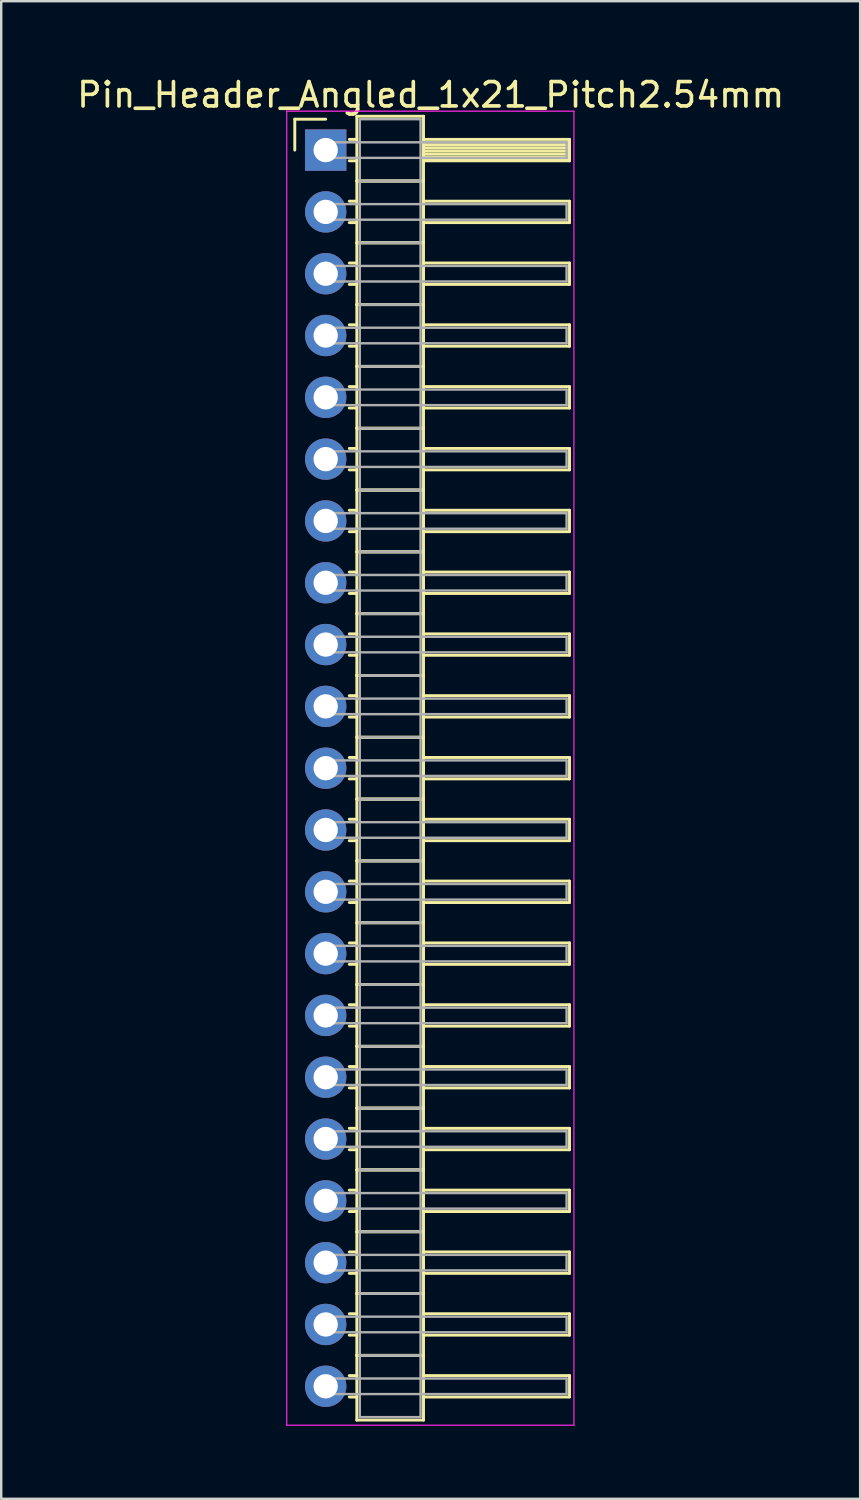
<source format=kicad_pcb>
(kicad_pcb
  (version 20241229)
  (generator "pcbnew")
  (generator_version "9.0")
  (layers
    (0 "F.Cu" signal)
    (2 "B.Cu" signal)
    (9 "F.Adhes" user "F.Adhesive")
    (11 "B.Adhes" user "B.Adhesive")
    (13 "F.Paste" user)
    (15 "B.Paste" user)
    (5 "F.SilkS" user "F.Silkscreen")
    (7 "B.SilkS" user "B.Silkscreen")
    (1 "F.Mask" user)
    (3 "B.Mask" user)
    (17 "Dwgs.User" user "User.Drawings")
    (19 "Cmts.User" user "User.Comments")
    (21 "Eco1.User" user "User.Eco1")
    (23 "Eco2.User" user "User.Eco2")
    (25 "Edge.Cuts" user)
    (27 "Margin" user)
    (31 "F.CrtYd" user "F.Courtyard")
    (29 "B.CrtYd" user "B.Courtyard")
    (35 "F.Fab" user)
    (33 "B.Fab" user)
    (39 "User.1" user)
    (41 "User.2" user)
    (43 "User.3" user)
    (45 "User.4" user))
  (footprint "Pin_Header_Angled_1x21_Pitch2.54mm"
    (layer "F.Cu")
    (at 10.334 3.118)
    (property "Reference" "Pin_Header_Angled_1x21_Pitch2.54mm" (at 4.315 -2.27 0) (layer "F.SilkS") (effects (font (size 1 1) (thickness 0.15))))
    (attr through_hole)
    (fp_line (start -1.27 -1.27) (end 0 -1.27) (stroke (width 0.12) (type solid)) (layer "F.SilkS"))
    (fp_line (start -1.27 0) (end -1.27 -1.27) (stroke (width 0.12) (type solid)) (layer "F.SilkS"))
    (fp_line (start 0.97 -0.44) (end 1.28 -0.44) (stroke (width 0.12) (type solid)) (layer "F.SilkS"))
    (fp_line (start 0.97 0.44) (end 1.28 0.44) (stroke (width 0.12) (type solid)) (layer "F.SilkS"))
    (fp_line (start 0.97 2.1) (end 1.28 2.1) (stroke (width 0.12) (type solid)) (layer "F.SilkS"))
    (fp_line (start 0.97 2.98) (end 1.28 2.98) (stroke (width 0.12) (type solid)) (layer "F.SilkS"))
    (fp_line (start 0.97 4.64) (end 1.28 4.64) (stroke (width 0.12) (type solid)) (layer "F.SilkS"))
    (fp_line (start 0.97 5.52) (end 1.28 5.52) (stroke (width 0.12) (type solid)) (layer "F.SilkS"))
    (fp_line (start 0.97 7.18) (end 1.28 7.18) (stroke (width 0.12) (type solid)) (layer "F.SilkS"))
    (fp_line (start 0.97 8.06) (end 1.28 8.06) (stroke (width 0.12) (type solid)) (layer "F.SilkS"))
    (fp_line (start 0.97 9.72) (end 1.28 9.72) (stroke (width 0.12) (type solid)) (layer "F.SilkS"))
    (fp_line (start 0.97 10.6) (end 1.28 10.6) (stroke (width 0.12) (type solid)) (layer "F.SilkS"))
    (fp_line (start 0.97 12.26) (end 1.28 12.26) (stroke (width 0.12) (type solid)) (layer "F.SilkS"))
    (fp_line (start 0.97 13.14) (end 1.28 13.14) (stroke (width 0.12) (type solid)) (layer "F.SilkS"))
    (fp_line (start 0.97 14.8) (end 1.28 14.8) (stroke (width 0.12) (type solid)) (layer "F.SilkS"))
    (fp_line (start 0.97 15.68) (end 1.28 15.68) (stroke (width 0.12) (type solid)) (layer "F.SilkS"))
    (fp_line (start 0.97 17.34) (end 1.28 17.34) (stroke (width 0.12) (type solid)) (layer "F.SilkS"))
    (fp_line (start 0.97 18.22) (end 1.28 18.22) (stroke (width 0.12) (type solid)) (layer "F.SilkS"))
    (fp_line (start 0.97 19.88) (end 1.28 19.88) (stroke (width 0.12) (type solid)) (layer "F.SilkS"))
    (fp_line (start 0.97 20.76) (end 1.28 20.76) (stroke (width 0.12) (type solid)) (layer "F.SilkS"))
    (fp_line (start 0.97 22.42) (end 1.28 22.42) (stroke (width 0.12) (type solid)) (layer "F.SilkS"))
    (fp_line (start 0.97 23.3) (end 1.28 23.3) (stroke (width 0.12) (type solid)) (layer "F.SilkS"))
    (fp_line (start 0.97 24.96) (end 1.28 24.96) (stroke (width 0.12) (type solid)) (layer "F.SilkS"))
    (fp_line (start 0.97 25.84) (end 1.28 25.84) (stroke (width 0.12) (type solid)) (layer "F.SilkS"))
    (fp_line (start 0.97 27.5) (end 1.28 27.5) (stroke (width 0.12) (type solid)) (layer "F.SilkS"))
    (fp_line (start 0.97 28.38) (end 1.28 28.38) (stroke (width 0.12) (type solid)) (layer "F.SilkS"))
    (fp_line (start 0.97 30.04) (end 1.28 30.04) (stroke (width 0.12) (type solid)) (layer "F.SilkS"))
    (fp_line (start 0.97 30.92) (end 1.28 30.92) (stroke (width 0.12) (type solid)) (layer "F.SilkS"))
    (fp_line (start 0.97 32.58) (end 1.28 32.58) (stroke (width 0.12) (type solid)) (layer "F.SilkS"))
    (fp_line (start 0.97 33.46) (end 1.28 33.46) (stroke (width 0.12) (type solid)) (layer "F.SilkS"))
    (fp_line (start 0.97 35.12) (end 1.28 35.12) (stroke (width 0.12) (type solid)) (layer "F.SilkS"))
    (fp_line (start 0.97 36) (end 1.28 36) (stroke (width 0.12) (type solid)) (layer "F.SilkS"))
    (fp_line (start 0.97 37.66) (end 1.28 37.66) (stroke (width 0.12) (type solid)) (layer "F.SilkS"))
    (fp_line (start 0.97 38.54) (end 1.28 38.54) (stroke (width 0.12) (type solid)) (layer "F.SilkS"))
    (fp_line (start 0.97 40.2) (end 1.28 40.2) (stroke (width 0.12) (type solid)) (layer "F.SilkS"))
    (fp_line (start 0.97 41.08) (end 1.28 41.08) (stroke (width 0.12) (type solid)) (layer "F.SilkS"))
    (fp_line (start 0.97 42.74) (end 1.28 42.74) (stroke (width 0.12) (type solid)) (layer "F.SilkS"))
    (fp_line (start 0.97 43.62) (end 1.28 43.62) (stroke (width 0.12) (type solid)) (layer "F.SilkS"))
    (fp_line (start 0.97 45.28) (end 1.28 45.28) (stroke (width 0.12) (type solid)) (layer "F.SilkS"))
    (fp_line (start 0.97 46.16) (end 1.28 46.16) (stroke (width 0.12) (type solid)) (layer "F.SilkS"))
    (fp_line (start 0.97 47.82) (end 1.28 47.82) (stroke (width 0.12) (type solid)) (layer "F.SilkS"))
    (fp_line (start 0.97 48.7) (end 1.28 48.7) (stroke (width 0.12) (type solid)) (layer "F.SilkS"))
    (fp_line (start 0.97 50.36) (end 1.28 50.36) (stroke (width 0.12) (type solid)) (layer "F.SilkS"))
    (fp_line (start 0.97 51.24) (end 1.28 51.24) (stroke (width 0.12) (type solid)) (layer "F.SilkS"))
    (fp_line (start 1.28 -1.39) (end 1.28 1.27) (stroke (width 0.12) (type solid)) (layer "F.SilkS"))
    (fp_line (start 1.28 1.27) (end 1.28 3.81) (stroke (width 0.12) (type solid)) (layer "F.SilkS"))
    (fp_line (start 1.28 1.27) (end 4.02 1.27) (stroke (width 0.12) (type solid)) (layer "F.SilkS"))
    (fp_line (start 1.28 3.81) (end 1.28 6.35) (stroke (width 0.12) (type solid)) (layer "F.SilkS"))
    (fp_line (start 1.28 3.81) (end 4.02 3.81) (stroke (width 0.12) (type solid)) (layer "F.SilkS"))
    (fp_line (start 1.28 6.35) (end 1.28 8.89) (stroke (width 0.12) (type solid)) (layer "F.SilkS"))
    (fp_line (start 1.28 6.35) (end 4.02 6.35) (stroke (width 0.12) (type solid)) (layer "F.SilkS"))
    (fp_line (start 1.28 8.89) (end 1.28 11.43) (stroke (width 0.12) (type solid)) (layer "F.SilkS"))
    (fp_line (start 1.28 8.89) (end 4.02 8.89) (stroke (width 0.12) (type solid)) (layer "F.SilkS"))
    (fp_line (start 1.28 11.43) (end 1.28 13.97) (stroke (width 0.12) (type solid)) (layer "F.SilkS"))
    (fp_line (start 1.28 11.43) (end 4.02 11.43) (stroke (width 0.12) (type solid)) (layer "F.SilkS"))
    (fp_line (start 1.28 13.97) (end 1.28 16.51) (stroke (width 0.12) (type solid)) (layer "F.SilkS"))
    (fp_line (start 1.28 13.97) (end 4.02 13.97) (stroke (width 0.12) (type solid)) (layer "F.SilkS"))
    (fp_line (start 1.28 16.51) (end 1.28 19.05) (stroke (width 0.12) (type solid)) (layer "F.SilkS"))
    (fp_line (start 1.28 16.51) (end 4.02 16.51) (stroke (width 0.12) (type solid)) (layer "F.SilkS"))
    (fp_line (start 1.28 19.05) (end 1.28 21.59) (stroke (width 0.12) (type solid)) (layer "F.SilkS"))
    (fp_line (start 1.28 19.05) (end 4.02 19.05) (stroke (width 0.12) (type solid)) (layer "F.SilkS"))
    (fp_line (start 1.28 21.59) (end 1.28 24.13) (stroke (width 0.12) (type solid)) (layer "F.SilkS"))
    (fp_line (start 1.28 21.59) (end 4.02 21.59) (stroke (width 0.12) (type solid)) (layer "F.SilkS"))
    (fp_line (start 1.28 24.13) (end 1.28 26.67) (stroke (width 0.12) (type solid)) (layer "F.SilkS"))
    (fp_line (start 1.28 24.13) (end 4.02 24.13) (stroke (width 0.12) (type solid)) (layer "F.SilkS"))
    (fp_line (start 1.28 26.67) (end 1.28 29.21) (stroke (width 0.12) (type solid)) (layer "F.SilkS"))
    (fp_line (start 1.28 26.67) (end 4.02 26.67) (stroke (width 0.12) (type solid)) (layer "F.SilkS"))
    (fp_line (start 1.28 29.21) (end 1.28 31.75) (stroke (width 0.12) (type solid)) (layer "F.SilkS"))
    (fp_line (start 1.28 29.21) (end 4.02 29.21) (stroke (width 0.12) (type solid)) (layer "F.SilkS"))
    (fp_line (start 1.28 31.75) (end 1.28 34.29) (stroke (width 0.12) (type solid)) (layer "F.SilkS"))
    (fp_line (start 1.28 31.75) (end 4.02 31.75) (stroke (width 0.12) (type solid)) (layer "F.SilkS"))
    (fp_line (start 1.28 34.29) (end 1.28 36.83) (stroke (width 0.12) (type solid)) (layer "F.SilkS"))
    (fp_line (start 1.28 34.29) (end 4.02 34.29) (stroke (width 0.12) (type solid)) (layer "F.SilkS"))
    (fp_line (start 1.28 36.83) (end 1.28 39.37) (stroke (width 0.12) (type solid)) (layer "F.SilkS"))
    (fp_line (start 1.28 36.83) (end 4.02 36.83) (stroke (width 0.12) (type solid)) (layer "F.SilkS"))
    (fp_line (start 1.28 39.37) (end 1.28 41.91) (stroke (width 0.12) (type solid)) (layer "F.SilkS"))
    (fp_line (start 1.28 39.37) (end 4.02 39.37) (stroke (width 0.12) (type solid)) (layer "F.SilkS"))
    (fp_line (start 1.28 41.91) (end 1.28 44.45) (stroke (width 0.12) (type solid)) (layer "F.SilkS"))
    (fp_line (start 1.28 41.91) (end 4.02 41.91) (stroke (width 0.12) (type solid)) (layer "F.SilkS"))
    (fp_line (start 1.28 44.45) (end 1.28 46.99) (stroke (width 0.12) (type solid)) (layer "F.SilkS"))
    (fp_line (start 1.28 44.45) (end 4.02 44.45) (stroke (width 0.12) (type solid)) (layer "F.SilkS"))
    (fp_line (start 1.28 46.99) (end 1.28 49.53) (stroke (width 0.12) (type solid)) (layer "F.SilkS"))
    (fp_line (start 1.28 46.99) (end 4.02 46.99) (stroke (width 0.12) (type solid)) (layer "F.SilkS"))
    (fp_line (start 1.28 49.53) (end 1.28 52.19) (stroke (width 0.12) (type solid)) (layer "F.SilkS"))
    (fp_line (start 1.28 49.53) (end 4.02 49.53) (stroke (width 0.12) (type solid)) (layer "F.SilkS"))
    (fp_line (start 1.28 52.19) (end 4.02 52.19) (stroke (width 0.12) (type solid)) (layer "F.SilkS"))
    (fp_line (start 4.02 -1.39) (end 1.28 -1.39) (stroke (width 0.12) (type solid)) (layer "F.SilkS"))
    (fp_line (start 4.02 -0.44) (end 4.02 0.44) (stroke (width 0.12) (type solid)) (layer "F.SilkS"))
    (fp_line (start 4.02 -0.32) (end 10.02 -0.32) (stroke (width 0.12) (type solid)) (layer "F.SilkS"))
    (fp_line (start 4.02 -0.2) (end 10.02 -0.2) (stroke (width 0.12) (type solid)) (layer "F.SilkS"))
    (fp_line (start 4.02 -0.08) (end 10.02 -0.08) (stroke (width 0.12) (type solid)) (layer "F.SilkS"))
    (fp_line (start 4.02 0.04) (end 10.02 0.04) (stroke (width 0.12) (type solid)) (layer "F.SilkS"))
    (fp_line (start 4.02 0.16) (end 10.02 0.16) (stroke (width 0.12) (type solid)) (layer "F.SilkS"))
    (fp_line (start 4.02 0.28) (end 10.02 0.28) (stroke (width 0.12) (type solid)) (layer "F.SilkS"))
    (fp_line (start 4.02 0.4) (end 10.02 0.4) (stroke (width 0.12) (type solid)) (layer "F.SilkS"))
    (fp_line (start 4.02 0.44) (end 10.02 0.44) (stroke (width 0.12) (type solid)) (layer "F.SilkS"))
    (fp_line (start 4.02 1.27) (end 1.28 1.27) (stroke (width 0.12) (type solid)) (layer "F.SilkS"))
    (fp_line (start 4.02 1.27) (end 4.02 -1.39) (stroke (width 0.12) (type solid)) (layer "F.SilkS"))
    (fp_line (start 4.02 2.1) (end 4.02 2.98) (stroke (width 0.12) (type solid)) (layer "F.SilkS"))
    (fp_line (start 4.02 2.98) (end 10.02 2.98) (stroke (width 0.12) (type solid)) (layer "F.SilkS"))
    (fp_line (start 4.02 3.81) (end 1.28 3.81) (stroke (width 0.12) (type solid)) (layer "F.SilkS"))
    (fp_line (start 4.02 3.81) (end 4.02 1.27) (stroke (width 0.12) (type solid)) (layer "F.SilkS"))
    (fp_line (start 4.02 4.64) (end 4.02 5.52) (stroke (width 0.12) (type solid)) (layer "F.SilkS"))
    (fp_line (start 4.02 5.52) (end 10.02 5.52) (stroke (width 0.12) (type solid)) (layer "F.SilkS"))
    (fp_line (start 4.02 6.35) (end 1.28 6.35) (stroke (width 0.12) (type solid)) (layer "F.SilkS"))
    (fp_line (start 4.02 6.35) (end 4.02 3.81) (stroke (width 0.12) (type solid)) (layer "F.SilkS"))
    (fp_line (start 4.02 7.18) (end 4.02 8.06) (stroke (width 0.12) (type solid)) (layer "F.SilkS"))
    (fp_line (start 4.02 8.06) (end 10.02 8.06) (stroke (width 0.12) (type solid)) (layer "F.SilkS"))
    (fp_line (start 4.02 8.89) (end 1.28 8.89) (stroke (width 0.12) (type solid)) (layer "F.SilkS"))
    (fp_line (start 4.02 8.89) (end 4.02 6.35) (stroke (width 0.12) (type solid)) (layer "F.SilkS"))
    (fp_line (start 4.02 9.72) (end 4.02 10.6) (stroke (width 0.12) (type solid)) (layer "F.SilkS"))
    (fp_line (start 4.02 10.6) (end 10.02 10.6) (stroke (width 0.12) (type solid)) (layer "F.SilkS"))
    (fp_line (start 4.02 11.43) (end 1.28 11.43) (stroke (width 0.12) (type solid)) (layer "F.SilkS"))
    (fp_line (start 4.02 11.43) (end 4.02 8.89) (stroke (width 0.12) (type solid)) (layer "F.SilkS"))
    (fp_line (start 4.02 12.26) (end 4.02 13.14) (stroke (width 0.12) (type solid)) (layer "F.SilkS"))
    (fp_line (start 4.02 13.14) (end 10.02 13.14) (stroke (width 0.12) (type solid)) (layer "F.SilkS"))
    (fp_line (start 4.02 13.97) (end 1.28 13.97) (stroke (width 0.12) (type solid)) (layer "F.SilkS"))
    (fp_line (start 4.02 13.97) (end 4.02 11.43) (stroke (width 0.12) (type solid)) (layer "F.SilkS"))
    (fp_line (start 4.02 14.8) (end 4.02 15.68) (stroke (width 0.12) (type solid)) (layer "F.SilkS"))
    (fp_line (start 4.02 15.68) (end 10.02 15.68) (stroke (width 0.12) (type solid)) (layer "F.SilkS"))
    (fp_line (start 4.02 16.51) (end 1.28 16.51) (stroke (width 0.12) (type solid)) (layer "F.SilkS"))
    (fp_line (start 4.02 16.51) (end 4.02 13.97) (stroke (width 0.12) (type solid)) (layer "F.SilkS"))
    (fp_line (start 4.02 17.34) (end 4.02 18.22) (stroke (width 0.12) (type solid)) (layer "F.SilkS"))
    (fp_line (start 4.02 18.22) (end 10.02 18.22) (stroke (width 0.12) (type solid)) (layer "F.SilkS"))
    (fp_line (start 4.02 19.05) (end 1.28 19.05) (stroke (width 0.12) (type solid)) (layer "F.SilkS"))
    (fp_line (start 4.02 19.05) (end 4.02 16.51) (stroke (width 0.12) (type solid)) (layer "F.SilkS"))
    (fp_line (start 4.02 19.88) (end 4.02 20.76) (stroke (width 0.12) (type solid)) (layer "F.SilkS"))
    (fp_line (start 4.02 20.76) (end 10.02 20.76) (stroke (width 0.12) (type solid)) (layer "F.SilkS"))
    (fp_line (start 4.02 21.59) (end 1.28 21.59) (stroke (width 0.12) (type solid)) (layer "F.SilkS"))
    (fp_line (start 4.02 21.59) (end 4.02 19.05) (stroke (width 0.12) (type solid)) (layer "F.SilkS"))
    (fp_line (start 4.02 22.42) (end 4.02 23.3) (stroke (width 0.12) (type solid)) (layer "F.SilkS"))
    (fp_line (start 4.02 23.3) (end 10.02 23.3) (stroke (width 0.12) (type solid)) (layer "F.SilkS"))
    (fp_line (start 4.02 24.13) (end 1.28 24.13) (stroke (width 0.12) (type solid)) (layer "F.SilkS"))
    (fp_line (start 4.02 24.13) (end 4.02 21.59) (stroke (width 0.12) (type solid)) (layer "F.SilkS"))
    (fp_line (start 4.02 24.96) (end 4.02 25.84) (stroke (width 0.12) (type solid)) (layer "F.SilkS"))
    (fp_line (start 4.02 25.84) (end 10.02 25.84) (stroke (width 0.12) (type solid)) (layer "F.SilkS"))
    (fp_line (start 4.02 26.67) (end 1.28 26.67) (stroke (width 0.12) (type solid)) (layer "F.SilkS"))
    (fp_line (start 4.02 26.67) (end 4.02 24.13) (stroke (width 0.12) (type solid)) (layer "F.SilkS"))
    (fp_line (start 4.02 27.5) (end 4.02 28.38) (stroke (width 0.12) (type solid)) (layer "F.SilkS"))
    (fp_line (start 4.02 28.38) (end 10.02 28.38) (stroke (width 0.12) (type solid)) (layer "F.SilkS"))
    (fp_line (start 4.02 29.21) (end 1.28 29.21) (stroke (width 0.12) (type solid)) (layer "F.SilkS"))
    (fp_line (start 4.02 29.21) (end 4.02 26.67) (stroke (width 0.12) (type solid)) (layer "F.SilkS"))
    (fp_line (start 4.02 30.04) (end 4.02 30.92) (stroke (width 0.12) (type solid)) (layer "F.SilkS"))
    (fp_line (start 4.02 30.92) (end 10.02 30.92) (stroke (width 0.12) (type solid)) (layer "F.SilkS"))
    (fp_line (start 4.02 31.75) (end 1.28 31.75) (stroke (width 0.12) (type solid)) (layer "F.SilkS"))
    (fp_line (start 4.02 31.75) (end 4.02 29.21) (stroke (width 0.12) (type solid)) (layer "F.SilkS"))
    (fp_line (start 4.02 32.58) (end 4.02 33.46) (stroke (width 0.12) (type solid)) (layer "F.SilkS"))
    (fp_line (start 4.02 33.46) (end 10.02 33.46) (stroke (width 0.12) (type solid)) (layer "F.SilkS"))
    (fp_line (start 4.02 34.29) (end 1.28 34.29) (stroke (width 0.12) (type solid)) (layer "F.SilkS"))
    (fp_line (start 4.02 34.29) (end 4.02 31.75) (stroke (width 0.12) (type solid)) (layer "F.SilkS"))
    (fp_line (start 4.02 35.12) (end 4.02 36) (stroke (width 0.12) (type solid)) (layer "F.SilkS"))
    (fp_line (start 4.02 36) (end 10.02 36) (stroke (width 0.12) (type solid)) (layer "F.SilkS"))
    (fp_line (start 4.02 36.83) (end 1.28 36.83) (stroke (width 0.12) (type solid)) (layer "F.SilkS"))
    (fp_line (start 4.02 36.83) (end 4.02 34.29) (stroke (width 0.12) (type solid)) (layer "F.SilkS"))
    (fp_line (start 4.02 37.66) (end 4.02 38.54) (stroke (width 0.12) (type solid)) (layer "F.SilkS"))
    (fp_line (start 4.02 38.54) (end 10.02 38.54) (stroke (width 0.12) (type solid)) (layer "F.SilkS"))
    (fp_line (start 4.02 39.37) (end 1.28 39.37) (stroke (width 0.12) (type solid)) (layer "F.SilkS"))
    (fp_line (start 4.02 39.37) (end 4.02 36.83) (stroke (width 0.12) (type solid)) (layer "F.SilkS"))
    (fp_line (start 4.02 40.2) (end 4.02 41.08) (stroke (width 0.12) (type solid)) (layer "F.SilkS"))
    (fp_line (start 4.02 41.08) (end 10.02 41.08) (stroke (width 0.12) (type solid)) (layer "F.SilkS"))
    (fp_line (start 4.02 41.91) (end 1.28 41.91) (stroke (width 0.12) (type solid)) (layer "F.SilkS"))
    (fp_line (start 4.02 41.91) (end 4.02 39.37) (stroke (width 0.12) (type solid)) (layer "F.SilkS"))
    (fp_line (start 4.02 42.74) (end 4.02 43.62) (stroke (width 0.12) (type solid)) (layer "F.SilkS"))
    (fp_line (start 4.02 43.62) (end 10.02 43.62) (stroke (width 0.12) (type solid)) (layer "F.SilkS"))
    (fp_line (start 4.02 44.45) (end 1.28 44.45) (stroke (width 0.12) (type solid)) (layer "F.SilkS"))
    (fp_line (start 4.02 44.45) (end 4.02 41.91) (stroke (width 0.12) (type solid)) (layer "F.SilkS"))
    (fp_line (start 4.02 45.28) (end 4.02 46.16) (stroke (width 0.12) (type solid)) (layer "F.SilkS"))
    (fp_line (start 4.02 46.16) (end 10.02 46.16) (stroke (width 0.12) (type solid)) (layer "F.SilkS"))
    (fp_line (start 4.02 46.99) (end 1.28 46.99) (stroke (width 0.12) (type solid)) (layer "F.SilkS"))
    (fp_line (start 4.02 46.99) (end 4.02 44.45) (stroke (width 0.12) (type solid)) (layer "F.SilkS"))
    (fp_line (start 4.02 47.82) (end 4.02 48.7) (stroke (width 0.12) (type solid)) (layer "F.SilkS"))
    (fp_line (start 4.02 48.7) (end 10.02 48.7) (stroke (width 0.12) (type solid)) (layer "F.SilkS"))
    (fp_line (start 4.02 49.53) (end 1.28 49.53) (stroke (width 0.12) (type solid)) (layer "F.SilkS"))
    (fp_line (start 4.02 49.53) (end 4.02 46.99) (stroke (width 0.12) (type solid)) (layer "F.SilkS"))
    (fp_line (start 4.02 50.36) (end 4.02 51.24) (stroke (width 0.12) (type solid)) (layer "F.SilkS"))
    (fp_line (start 4.02 51.24) (end 10.02 51.24) (stroke (width 0.12) (type solid)) (layer "F.SilkS"))
    (fp_line (start 4.02 52.19) (end 4.02 49.53) (stroke (width 0.12) (type solid)) (layer "F.SilkS"))
    (fp_line (start 10.02 -0.44) (end 4.02 -0.44) (stroke (width 0.12) (type solid)) (layer "F.SilkS"))
    (fp_line (start 10.02 0.44) (end 10.02 -0.44) (stroke (width 0.12) (type solid)) (layer "F.SilkS"))
    (fp_line (start 10.02 2.1) (end 4.02 2.1) (stroke (width 0.12) (type solid)) (layer "F.SilkS"))
    (fp_line (start 10.02 2.98) (end 10.02 2.1) (stroke (width 0.12) (type solid)) (layer "F.SilkS"))
    (fp_line (start 10.02 4.64) (end 4.02 4.64) (stroke (width 0.12) (type solid)) (layer "F.SilkS"))
    (fp_line (start 10.02 5.52) (end 10.02 4.64) (stroke (width 0.12) (type solid)) (layer "F.SilkS"))
    (fp_line (start 10.02 7.18) (end 4.02 7.18) (stroke (width 0.12) (type solid)) (layer "F.SilkS"))
    (fp_line (start 10.02 8.06) (end 10.02 7.18) (stroke (width 0.12) (type solid)) (layer "F.SilkS"))
    (fp_line (start 10.02 9.72) (end 4.02 9.72) (stroke (width 0.12) (type solid)) (layer "F.SilkS"))
    (fp_line (start 10.02 10.6) (end 10.02 9.72) (stroke (width 0.12) (type solid)) (layer "F.SilkS"))
    (fp_line (start 10.02 12.26) (end 4.02 12.26) (stroke (width 0.12) (type solid)) (layer "F.SilkS"))
    (fp_line (start 10.02 13.14) (end 10.02 12.26) (stroke (width 0.12) (type solid)) (layer "F.SilkS"))
    (fp_line (start 10.02 14.8) (end 4.02 14.8) (stroke (width 0.12) (type solid)) (layer "F.SilkS"))
    (fp_line (start 10.02 15.68) (end 10.02 14.8) (stroke (width 0.12) (type solid)) (layer "F.SilkS"))
    (fp_line (start 10.02 17.34) (end 4.02 17.34) (stroke (width 0.12) (type solid)) (layer "F.SilkS"))
    (fp_line (start 10.02 18.22) (end 10.02 17.34) (stroke (width 0.12) (type solid)) (layer "F.SilkS"))
    (fp_line (start 10.02 19.88) (end 4.02 19.88) (stroke (width 0.12) (type solid)) (layer "F.SilkS"))
    (fp_line (start 10.02 20.76) (end 10.02 19.88) (stroke (width 0.12) (type solid)) (layer "F.SilkS"))
    (fp_line (start 10.02 22.42) (end 4.02 22.42) (stroke (width 0.12) (type solid)) (layer "F.SilkS"))
    (fp_line (start 10.02 23.3) (end 10.02 22.42) (stroke (width 0.12) (type solid)) (layer "F.SilkS"))
    (fp_line (start 10.02 24.96) (end 4.02 24.96) (stroke (width 0.12) (type solid)) (layer "F.SilkS"))
    (fp_line (start 10.02 25.84) (end 10.02 24.96) (stroke (width 0.12) (type solid)) (layer "F.SilkS"))
    (fp_line (start 10.02 27.5) (end 4.02 27.5) (stroke (width 0.12) (type solid)) (layer "F.SilkS"))
    (fp_line (start 10.02 28.38) (end 10.02 27.5) (stroke (width 0.12) (type solid)) (layer "F.SilkS"))
    (fp_line (start 10.02 30.04) (end 4.02 30.04) (stroke (width 0.12) (type solid)) (layer "F.SilkS"))
    (fp_line (start 10.02 30.92) (end 10.02 30.04) (stroke (width 0.12) (type solid)) (layer "F.SilkS"))
    (fp_line (start 10.02 32.58) (end 4.02 32.58) (stroke (width 0.12) (type solid)) (layer "F.SilkS"))
    (fp_line (start 10.02 33.46) (end 10.02 32.58) (stroke (width 0.12) (type solid)) (layer "F.SilkS"))
    (fp_line (start 10.02 35.12) (end 4.02 35.12) (stroke (width 0.12) (type solid)) (layer "F.SilkS"))
    (fp_line (start 10.02 36) (end 10.02 35.12) (stroke (width 0.12) (type solid)) (layer "F.SilkS"))
    (fp_line (start 10.02 37.66) (end 4.02 37.66) (stroke (width 0.12) (type solid)) (layer "F.SilkS"))
    (fp_line (start 10.02 38.54) (end 10.02 37.66) (stroke (width 0.12) (type solid)) (layer "F.SilkS"))
    (fp_line (start 10.02 40.2) (end 4.02 40.2) (stroke (width 0.12) (type solid)) (layer "F.SilkS"))
    (fp_line (start 10.02 41.08) (end 10.02 40.2) (stroke (width 0.12) (type solid)) (layer "F.SilkS"))
    (fp_line (start 10.02 42.74) (end 4.02 42.74) (stroke (width 0.12) (type solid)) (layer "F.SilkS"))
    (fp_line (start 10.02 43.62) (end 10.02 42.74) (stroke (width 0.12) (type solid)) (layer "F.SilkS"))
    (fp_line (start 10.02 45.28) (end 4.02 45.28) (stroke (width 0.12) (type solid)) (layer "F.SilkS"))
    (fp_line (start 10.02 46.16) (end 10.02 45.28) (stroke (width 0.12) (type solid)) (layer "F.SilkS"))
    (fp_line (start 10.02 47.82) (end 4.02 47.82) (stroke (width 0.12) (type solid)) (layer "F.SilkS"))
    (fp_line (start 10.02 48.7) (end 10.02 47.82) (stroke (width 0.12) (type solid)) (layer "F.SilkS"))
    (fp_line (start 10.02 50.36) (end 4.02 50.36) (stroke (width 0.12) (type solid)) (layer "F.SilkS"))
    (fp_line (start 10.02 51.24) (end 10.02 50.36) (stroke (width 0.12) (type solid)) (layer "F.SilkS"))
    (fp_line (start -1.6 -1.6) (end -1.6 52.4) (stroke (width 0.05) (type solid)) (layer "F.CrtYd"))
    (fp_line (start -1.6 52.4) (end 10.2 52.4) (stroke (width 0.05) (type solid)) (layer "F.CrtYd"))
    (fp_line (start 10.2 -1.6) (end -1.6 -1.6) (stroke (width 0.05) (type solid)) (layer "F.CrtYd"))
    (fp_line (start 10.2 52.4) (end 10.2 -1.6) (stroke (width 0.05) (type solid)) (layer "F.CrtYd"))
    (fp_line (start 0 -0.32) (end 0 0.32) (stroke (width 0.1) (type solid)) (layer "F.Fab"))
    (fp_line (start 0 0.32) (end 9.9 0.32) (stroke (width 0.1) (type solid)) (layer "F.Fab"))
    (fp_line (start 0 2.22) (end 0 2.86) (stroke (width 0.1) (type solid)) (layer "F.Fab"))
    (fp_line (start 0 2.86) (end 9.9 2.86) (stroke (width 0.1) (type solid)) (layer "F.Fab"))
    (fp_line (start 0 4.76) (end 0 5.4) (stroke (width 0.1) (type solid)) (layer "F.Fab"))
    (fp_line (start 0 5.4) (end 9.9 5.4) (stroke (width 0.1) (type solid)) (layer "F.Fab"))
    (fp_line (start 0 7.3) (end 0 7.94) (stroke (width 0.1) (type solid)) (layer "F.Fab"))
    (fp_line (start 0 7.94) (end 9.9 7.94) (stroke (width 0.1) (type solid)) (layer "F.Fab"))
    (fp_line (start 0 9.84) (end 0 10.48) (stroke (width 0.1) (type solid)) (layer "F.Fab"))
    (fp_line (start 0 10.48) (end 9.9 10.48) (stroke (width 0.1) (type solid)) (layer "F.Fab"))
    (fp_line (start 0 12.38) (end 0 13.02) (stroke (width 0.1) (type solid)) (layer "F.Fab"))
    (fp_line (start 0 13.02) (end 9.9 13.02) (stroke (width 0.1) (type solid)) (layer "F.Fab"))
    (fp_line (start 0 14.92) (end 0 15.56) (stroke (width 0.1) (type solid)) (layer "F.Fab"))
    (fp_line (start 0 15.56) (end 9.9 15.56) (stroke (width 0.1) (type solid)) (layer "F.Fab"))
    (fp_line (start 0 17.46) (end 0 18.1) (stroke (width 0.1) (type solid)) (layer "F.Fab"))
    (fp_line (start 0 18.1) (end 9.9 18.1) (stroke (width 0.1) (type solid)) (layer "F.Fab"))
    (fp_line (start 0 20) (end 0 20.64) (stroke (width 0.1) (type solid)) (layer "F.Fab"))
    (fp_line (start 0 20.64) (end 9.9 20.64) (stroke (width 0.1) (type solid)) (layer "F.Fab"))
    (fp_line (start 0 22.54) (end 0 23.18) (stroke (width 0.1) (type solid)) (layer "F.Fab"))
    (fp_line (start 0 23.18) (end 9.9 23.18) (stroke (width 0.1) (type solid)) (layer "F.Fab"))
    (fp_line (start 0 25.08) (end 0 25.72) (stroke (width 0.1) (type solid)) (layer "F.Fab"))
    (fp_line (start 0 25.72) (end 9.9 25.72) (stroke (width 0.1) (type solid)) (layer "F.Fab"))
    (fp_line (start 0 27.62) (end 0 28.26) (stroke (width 0.1) (type solid)) (layer "F.Fab"))
    (fp_line (start 0 28.26) (end 9.9 28.26) (stroke (width 0.1) (type solid)) (layer "F.Fab"))
    (fp_line (start 0 30.16) (end 0 30.8) (stroke (width 0.1) (type solid)) (layer "F.Fab"))
    (fp_line (start 0 30.8) (end 9.9 30.8) (stroke (width 0.1) (type solid)) (layer "F.Fab"))
    (fp_line (start 0 32.7) (end 0 33.34) (stroke (width 0.1) (type solid)) (layer "F.Fab"))
    (fp_line (start 0 33.34) (end 9.9 33.34) (stroke (width 0.1) (type solid)) (layer "F.Fab"))
    (fp_line (start 0 35.24) (end 0 35.88) (stroke (width 0.1) (type solid)) (layer "F.Fab"))
    (fp_line (start 0 35.88) (end 9.9 35.88) (stroke (width 0.1) (type solid)) (layer "F.Fab"))
    (fp_line (start 0 37.78) (end 0 38.42) (stroke (width 0.1) (type solid)) (layer "F.Fab"))
    (fp_line (start 0 38.42) (end 9.9 38.42) (stroke (width 0.1) (type solid)) (layer "F.Fab"))
    (fp_line (start 0 40.32) (end 0 40.96) (stroke (width 0.1) (type solid)) (layer "F.Fab"))
    (fp_line (start 0 40.96) (end 9.9 40.96) (stroke (width 0.1) (type solid)) (layer "F.Fab"))
    (fp_line (start 0 42.86) (end 0 43.5) (stroke (width 0.1) (type solid)) (layer "F.Fab"))
    (fp_line (start 0 43.5) (end 9.9 43.5) (stroke (width 0.1) (type solid)) (layer "F.Fab"))
    (fp_line (start 0 45.4) (end 0 46.04) (stroke (width 0.1) (type solid)) (layer "F.Fab"))
    (fp_line (start 0 46.04) (end 9.9 46.04) (stroke (width 0.1) (type solid)) (layer "F.Fab"))
    (fp_line (start 0 47.94) (end 0 48.58) (stroke (width 0.1) (type solid)) (layer "F.Fab"))
    (fp_line (start 0 48.58) (end 9.9 48.58) (stroke (width 0.1) (type solid)) (layer "F.Fab"))
    (fp_line (start 0 50.48) (end 0 51.12) (stroke (width 0.1) (type solid)) (layer "F.Fab"))
    (fp_line (start 0 51.12) (end 9.9 51.12) (stroke (width 0.1) (type solid)) (layer "F.Fab"))
    (fp_line (start 1.4 -1.27) (end 1.4 1.27) (stroke (width 0.1) (type solid)) (layer "F.Fab"))
    (fp_line (start 1.4 1.27) (end 1.4 3.81) (stroke (width 0.1) (type solid)) (layer "F.Fab"))
    (fp_line (start 1.4 1.27) (end 3.9 1.27) (stroke (width 0.1) (type solid)) (layer "F.Fab"))
    (fp_line (start 1.4 3.81) (end 1.4 6.35) (stroke (width 0.1) (type solid)) (layer "F.Fab"))
    (fp_line (start 1.4 3.81) (end 3.9 3.81) (stroke (width 0.1) (type solid)) (layer "F.Fab"))
    (fp_line (start 1.4 6.35) (end 1.4 8.89) (stroke (width 0.1) (type solid)) (layer "F.Fab"))
    (fp_line (start 1.4 6.35) (end 3.9 6.35) (stroke (width 0.1) (type solid)) (layer "F.Fab"))
    (fp_line (start 1.4 8.89) (end 1.4 11.43) (stroke (width 0.1) (type solid)) (layer "F.Fab"))
    (fp_line (start 1.4 8.89) (end 3.9 8.89) (stroke (width 0.1) (type solid)) (layer "F.Fab"))
    (fp_line (start 1.4 11.43) (end 1.4 13.97) (stroke (width 0.1) (type solid)) (layer "F.Fab"))
    (fp_line (start 1.4 11.43) (end 3.9 11.43) (stroke (width 0.1) (type solid)) (layer "F.Fab"))
    (fp_line (start 1.4 13.97) (end 1.4 16.51) (stroke (width 0.1) (type solid)) (layer "F.Fab"))
    (fp_line (start 1.4 13.97) (end 3.9 13.97) (stroke (width 0.1) (type solid)) (layer "F.Fab"))
    (fp_line (start 1.4 16.51) (end 1.4 19.05) (stroke (width 0.1) (type solid)) (layer "F.Fab"))
    (fp_line (start 1.4 16.51) (end 3.9 16.51) (stroke (width 0.1) (type solid)) (layer "F.Fab"))
    (fp_line (start 1.4 19.05) (end 1.4 21.59) (stroke (width 0.1) (type solid)) (layer "F.Fab"))
    (fp_line (start 1.4 19.05) (end 3.9 19.05) (stroke (width 0.1) (type solid)) (layer "F.Fab"))
    (fp_line (start 1.4 21.59) (end 1.4 24.13) (stroke (width 0.1) (type solid)) (layer "F.Fab"))
    (fp_line (start 1.4 21.59) (end 3.9 21.59) (stroke (width 0.1) (type solid)) (layer "F.Fab"))
    (fp_line (start 1.4 24.13) (end 1.4 26.67) (stroke (width 0.1) (type solid)) (layer "F.Fab"))
    (fp_line (start 1.4 24.13) (end 3.9 24.13) (stroke (width 0.1) (type solid)) (layer "F.Fab"))
    (fp_line (start 1.4 26.67) (end 1.4 29.21) (stroke (width 0.1) (type solid)) (layer "F.Fab"))
    (fp_line (start 1.4 26.67) (end 3.9 26.67) (stroke (width 0.1) (type solid)) (layer "F.Fab"))
    (fp_line (start 1.4 29.21) (end 1.4 31.75) (stroke (width 0.1) (type solid)) (layer "F.Fab"))
    (fp_line (start 1.4 29.21) (end 3.9 29.21) (stroke (width 0.1) (type solid)) (layer "F.Fab"))
    (fp_line (start 1.4 31.75) (end 1.4 34.29) (stroke (width 0.1) (type solid)) (layer "F.Fab"))
    (fp_line (start 1.4 31.75) (end 3.9 31.75) (stroke (width 0.1) (type solid)) (layer "F.Fab"))
    (fp_line (start 1.4 34.29) (end 1.4 36.83) (stroke (width 0.1) (type solid)) (layer "F.Fab"))
    (fp_line (start 1.4 34.29) (end 3.9 34.29) (stroke (width 0.1) (type solid)) (layer "F.Fab"))
    (fp_line (start 1.4 36.83) (end 1.4 39.37) (stroke (width 0.1) (type solid)) (layer "F.Fab"))
    (fp_line (start 1.4 36.83) (end 3.9 36.83) (stroke (width 0.1) (type solid)) (layer "F.Fab"))
    (fp_line (start 1.4 39.37) (end 1.4 41.91) (stroke (width 0.1) (type solid)) (layer "F.Fab"))
    (fp_line (start 1.4 39.37) (end 3.9 39.37) (stroke (width 0.1) (type solid)) (layer "F.Fab"))
    (fp_line (start 1.4 41.91) (end 1.4 44.45) (stroke (width 0.1) (type solid)) (layer "F.Fab"))
    (fp_line (start 1.4 41.91) (end 3.9 41.91) (stroke (width 0.1) (type solid)) (layer "F.Fab"))
    (fp_line (start 1.4 44.45) (end 1.4 46.99) (stroke (width 0.1) (type solid)) (layer "F.Fab"))
    (fp_line (start 1.4 44.45) (end 3.9 44.45) (stroke (width 0.1) (type solid)) (layer "F.Fab"))
    (fp_line (start 1.4 46.99) (end 1.4 49.53) (stroke (width 0.1) (type solid)) (layer "F.Fab"))
    (fp_line (start 1.4 46.99) (end 3.9 46.99) (stroke (width 0.1) (type solid)) (layer "F.Fab"))
    (fp_line (start 1.4 49.53) (end 1.4 52.07) (stroke (width 0.1) (type solid)) (layer "F.Fab"))
    (fp_line (start 1.4 49.53) (end 3.9 49.53) (stroke (width 0.1) (type solid)) (layer "F.Fab"))
    (fp_line (start 1.4 52.07) (end 3.9 52.07) (stroke (width 0.1) (type solid)) (layer "F.Fab"))
    (fp_line (start 3.9 -1.27) (end 1.4 -1.27) (stroke (width 0.1) (type solid)) (layer "F.Fab"))
    (fp_line (start 3.9 1.27) (end 1.4 1.27) (stroke (width 0.1) (type solid)) (layer "F.Fab"))
    (fp_line (start 3.9 1.27) (end 3.9 -1.27) (stroke (width 0.1) (type solid)) (layer "F.Fab"))
    (fp_line (start 3.9 3.81) (end 1.4 3.81) (stroke (width 0.1) (type solid)) (layer "F.Fab"))
    (fp_line (start 3.9 3.81) (end 3.9 1.27) (stroke (width 0.1) (type solid)) (layer "F.Fab"))
    (fp_line (start 3.9 6.35) (end 1.4 6.35) (stroke (width 0.1) (type solid)) (layer "F.Fab"))
    (fp_line (start 3.9 6.35) (end 3.9 3.81) (stroke (width 0.1) (type solid)) (layer "F.Fab"))
    (fp_line (start 3.9 8.89) (end 1.4 8.89) (stroke (width 0.1) (type solid)) (layer "F.Fab"))
    (fp_line (start 3.9 8.89) (end 3.9 6.35) (stroke (width 0.1) (type solid)) (layer "F.Fab"))
    (fp_line (start 3.9 11.43) (end 1.4 11.43) (stroke (width 0.1) (type solid)) (layer "F.Fab"))
    (fp_line (start 3.9 11.43) (end 3.9 8.89) (stroke (width 0.1) (type solid)) (layer "F.Fab"))
    (fp_line (start 3.9 13.97) (end 1.4 13.97) (stroke (width 0.1) (type solid)) (layer "F.Fab"))
    (fp_line (start 3.9 13.97) (end 3.9 11.43) (stroke (width 0.1) (type solid)) (layer "F.Fab"))
    (fp_line (start 3.9 16.51) (end 1.4 16.51) (stroke (width 0.1) (type solid)) (layer "F.Fab"))
    (fp_line (start 3.9 16.51) (end 3.9 13.97) (stroke (width 0.1) (type solid)) (layer "F.Fab"))
    (fp_line (start 3.9 19.05) (end 1.4 19.05) (stroke (width 0.1) (type solid)) (layer "F.Fab"))
    (fp_line (start 3.9 19.05) (end 3.9 16.51) (stroke (width 0.1) (type solid)) (layer "F.Fab"))
    (fp_line (start 3.9 21.59) (end 1.4 21.59) (stroke (width 0.1) (type solid)) (layer "F.Fab"))
    (fp_line (start 3.9 21.59) (end 3.9 19.05) (stroke (width 0.1) (type solid)) (layer "F.Fab"))
    (fp_line (start 3.9 24.13) (end 1.4 24.13) (stroke (width 0.1) (type solid)) (layer "F.Fab"))
    (fp_line (start 3.9 24.13) (end 3.9 21.59) (stroke (width 0.1) (type solid)) (layer "F.Fab"))
    (fp_line (start 3.9 26.67) (end 1.4 26.67) (stroke (width 0.1) (type solid)) (layer "F.Fab"))
    (fp_line (start 3.9 26.67) (end 3.9 24.13) (stroke (width 0.1) (type solid)) (layer "F.Fab"))
    (fp_line (start 3.9 29.21) (end 1.4 29.21) (stroke (width 0.1) (type solid)) (layer "F.Fab"))
    (fp_line (start 3.9 29.21) (end 3.9 26.67) (stroke (width 0.1) (type solid)) (layer "F.Fab"))
    (fp_line (start 3.9 31.75) (end 1.4 31.75) (stroke (width 0.1) (type solid)) (layer "F.Fab"))
    (fp_line (start 3.9 31.75) (end 3.9 29.21) (stroke (width 0.1) (type solid)) (layer "F.Fab"))
    (fp_line (start 3.9 34.29) (end 1.4 34.29) (stroke (width 0.1) (type solid)) (layer "F.Fab"))
    (fp_line (start 3.9 34.29) (end 3.9 31.75) (stroke (width 0.1) (type solid)) (layer "F.Fab"))
    (fp_line (start 3.9 36.83) (end 1.4 36.83) (stroke (width 0.1) (type solid)) (layer "F.Fab"))
    (fp_line (start 3.9 36.83) (end 3.9 34.29) (stroke (width 0.1) (type solid)) (layer "F.Fab"))
    (fp_line (start 3.9 39.37) (end 1.4 39.37) (stroke (width 0.1) (type solid)) (layer "F.Fab"))
    (fp_line (start 3.9 39.37) (end 3.9 36.83) (stroke (width 0.1) (type solid)) (layer "F.Fab"))
    (fp_line (start 3.9 41.91) (end 1.4 41.91) (stroke (width 0.1) (type solid)) (layer "F.Fab"))
    (fp_line (start 3.9 41.91) (end 3.9 39.37) (stroke (width 0.1) (type solid)) (layer "F.Fab"))
    (fp_line (start 3.9 44.45) (end 1.4 44.45) (stroke (width 0.1) (type solid)) (layer "F.Fab"))
    (fp_line (start 3.9 44.45) (end 3.9 41.91) (stroke (width 0.1) (type solid)) (layer "F.Fab"))
    (fp_line (start 3.9 46.99) (end 1.4 46.99) (stroke (width 0.1) (type solid)) (layer "F.Fab"))
    (fp_line (start 3.9 46.99) (end 3.9 44.45) (stroke (width 0.1) (type solid)) (layer "F.Fab"))
    (fp_line (start 3.9 49.53) (end 1.4 49.53) (stroke (width 0.1) (type solid)) (layer "F.Fab"))
    (fp_line (start 3.9 49.53) (end 3.9 46.99) (stroke (width 0.1) (type solid)) (layer "F.Fab"))
    (fp_line (start 3.9 52.07) (end 3.9 49.53) (stroke (width 0.1) (type solid)) (layer "F.Fab"))
    (fp_line (start 9.9 -0.32) (end 0 -0.32) (stroke (width 0.1) (type solid)) (layer "F.Fab"))
    (fp_line (start 9.9 0.32) (end 9.9 -0.32) (stroke (width 0.1) (type solid)) (layer "F.Fab"))
    (fp_line (start 9.9 2.22) (end 0 2.22) (stroke (width 0.1) (type solid)) (layer "F.Fab"))
    (fp_line (start 9.9 2.86) (end 9.9 2.22) (stroke (width 0.1) (type solid)) (layer "F.Fab"))
    (fp_line (start 9.9 4.76) (end 0 4.76) (stroke (width 0.1) (type solid)) (layer "F.Fab"))
    (fp_line (start 9.9 5.4) (end 9.9 4.76) (stroke (width 0.1) (type solid)) (layer "F.Fab"))
    (fp_line (start 9.9 7.3) (end 0 7.3) (stroke (width 0.1) (type solid)) (layer "F.Fab"))
    (fp_line (start 9.9 7.94) (end 9.9 7.3) (stroke (width 0.1) (type solid)) (layer "F.Fab"))
    (fp_line (start 9.9 9.84) (end 0 9.84) (stroke (width 0.1) (type solid)) (layer "F.Fab"))
    (fp_line (start 9.9 10.48) (end 9.9 9.84) (stroke (width 0.1) (type solid)) (layer "F.Fab"))
    (fp_line (start 9.9 12.38) (end 0 12.38) (stroke (width 0.1) (type solid)) (layer "F.Fab"))
    (fp_line (start 9.9 13.02) (end 9.9 12.38) (stroke (width 0.1) (type solid)) (layer "F.Fab"))
    (fp_line (start 9.9 14.92) (end 0 14.92) (stroke (width 0.1) (type solid)) (layer "F.Fab"))
    (fp_line (start 9.9 15.56) (end 9.9 14.92) (stroke (width 0.1) (type solid)) (layer "F.Fab"))
    (fp_line (start 9.9 17.46) (end 0 17.46) (stroke (width 0.1) (type solid)) (layer "F.Fab"))
    (fp_line (start 9.9 18.1) (end 9.9 17.46) (stroke (width 0.1) (type solid)) (layer "F.Fab"))
    (fp_line (start 9.9 20) (end 0 20) (stroke (width 0.1) (type solid)) (layer "F.Fab"))
    (fp_line (start 9.9 20.64) (end 9.9 20) (stroke (width 0.1) (type solid)) (layer "F.Fab"))
    (fp_line (start 9.9 22.54) (end 0 22.54) (stroke (width 0.1) (type solid)) (layer "F.Fab"))
    (fp_line (start 9.9 23.18) (end 9.9 22.54) (stroke (width 0.1) (type solid)) (layer "F.Fab"))
    (fp_line (start 9.9 25.08) (end 0 25.08) (stroke (width 0.1) (type solid)) (layer "F.Fab"))
    (fp_line (start 9.9 25.72) (end 9.9 25.08) (stroke (width 0.1) (type solid)) (layer "F.Fab"))
    (fp_line (start 9.9 27.62) (end 0 27.62) (stroke (width 0.1) (type solid)) (layer "F.Fab"))
    (fp_line (start 9.9 28.26) (end 9.9 27.62) (stroke (width 0.1) (type solid)) (layer "F.Fab"))
    (fp_line (start 9.9 30.16) (end 0 30.16) (stroke (width 0.1) (type solid)) (layer "F.Fab"))
    (fp_line (start 9.9 30.8) (end 9.9 30.16) (stroke (width 0.1) (type solid)) (layer "F.Fab"))
    (fp_line (start 9.9 32.7) (end 0 32.7) (stroke (width 0.1) (type solid)) (layer "F.Fab"))
    (fp_line (start 9.9 33.34) (end 9.9 32.7) (stroke (width 0.1) (type solid)) (layer "F.Fab"))
    (fp_line (start 9.9 35.24) (end 0 35.24) (stroke (width 0.1) (type solid)) (layer "F.Fab"))
    (fp_line (start 9.9 35.88) (end 9.9 35.24) (stroke (width 0.1) (type solid)) (layer "F.Fab"))
    (fp_line (start 9.9 37.78) (end 0 37.78) (stroke (width 0.1) (type solid)) (layer "F.Fab"))
    (fp_line (start 9.9 38.42) (end 9.9 37.78) (stroke (width 0.1) (type solid)) (layer "F.Fab"))
    (fp_line (start 9.9 40.32) (end 0 40.32) (stroke (width 0.1) (type solid)) (layer "F.Fab"))
    (fp_line (start 9.9 40.96) (end 9.9 40.32) (stroke (width 0.1) (type solid)) (layer "F.Fab"))
    (fp_line (start 9.9 42.86) (end 0 42.86) (stroke (width 0.1) (type solid)) (layer "F.Fab"))
    (fp_line (start 9.9 43.5) (end 9.9 42.86) (stroke (width 0.1) (type solid)) (layer "F.Fab"))
    (fp_line (start 9.9 45.4) (end 0 45.4) (stroke (width 0.1) (type solid)) (layer "F.Fab"))
    (fp_line (start 9.9 46.04) (end 9.9 45.4) (stroke (width 0.1) (type solid)) (layer "F.Fab"))
    (fp_line (start 9.9 47.94) (end 0 47.94) (stroke (width 0.1) (type solid)) (layer "F.Fab"))
    (fp_line (start 9.9 48.58) (end 9.9 47.94) (stroke (width 0.1) (type solid)) (layer "F.Fab"))
    (fp_line (start 9.9 50.48) (end 0 50.48) (stroke (width 0.1) (type solid)) (layer "F.Fab"))
    (fp_line (start 9.9 51.12) (end 9.9 50.48) (stroke (width 0.1) (type solid)) (layer "F.Fab"))
    (pad "1" thru_hole rect (at 0 0) (size 1.7 1.7) (drill 1) (layers "*.Cu" "*.Mask"))
    (pad "2" thru_hole oval (at 0 2.54) (size 1.7 1.7) (drill 1) (layers "*.Cu" "*.Mask"))
    (pad "3" thru_hole oval (at 0 5.08) (size 1.7 1.7) (drill 1) (layers "*.Cu" "*.Mask"))
    (pad "4" thru_hole oval (at 0 7.62) (size 1.7 1.7) (drill 1) (layers "*.Cu" "*.Mask"))
    (pad "5" thru_hole oval (at 0 10.16) (size 1.7 1.7) (drill 1) (layers "*.Cu" "*.Mask"))
    (pad "6" thru_hole oval (at 0 12.7) (size 1.7 1.7) (drill 1) (layers "*.Cu" "*.Mask"))
    (pad "7" thru_hole oval (at 0 15.24) (size 1.7 1.7) (drill 1) (layers "*.Cu" "*.Mask"))
    (pad "8" thru_hole oval (at 0 17.78) (size 1.7 1.7) (drill 1) (layers "*.Cu" "*.Mask"))
    (pad "9" thru_hole oval (at 0 20.32) (size 1.7 1.7) (drill 1) (layers "*.Cu" "*.Mask"))
    (pad "10" thru_hole oval (at 0 22.86) (size 1.7 1.7) (drill 1) (layers "*.Cu" "*.Mask"))
    (pad "11" thru_hole oval (at 0 25.4) (size 1.7 1.7) (drill 1) (layers "*.Cu" "*.Mask"))
    (pad "12" thru_hole oval (at 0 27.94) (size 1.7 1.7) (drill 1) (layers "*.Cu" "*.Mask"))
    (pad "13" thru_hole oval (at 0 30.48) (size 1.7 1.7) (drill 1) (layers "*.Cu" "*.Mask"))
    (pad "14" thru_hole oval (at 0 33.02) (size 1.7 1.7) (drill 1) (layers "*.Cu" "*.Mask"))
    (pad "15" thru_hole oval (at 0 35.56) (size 1.7 1.7) (drill 1) (layers "*.Cu" "*.Mask"))
    (pad "16" thru_hole oval (at 0 38.1) (size 1.7 1.7) (drill 1) (layers "*.Cu" "*.Mask"))
    (pad "17" thru_hole oval (at 0 40.64) (size 1.7 1.7) (drill 1) (layers "*.Cu" "*.Mask"))
    (pad "18" thru_hole oval (at 0 43.18) (size 1.7 1.7) (drill 1) (layers "*.Cu" "*.Mask"))
    (pad "19" thru_hole oval (at 0 45.72) (size 1.7 1.7) (drill 1) (layers "*.Cu" "*.Mask"))
    (pad "20" thru_hole oval (at 0 48.26) (size 1.7 1.7) (drill 1) (layers "*.Cu" "*.Mask"))
    (pad "21" thru_hole oval (at 0 50.8) (size 1.7 1.7) (drill 1) (layers "*.Cu" "*.Mask")))
  (gr_rect
    (start -3 -3)
    (end 32.298 58.543)
    (stroke (width 0.1) (type default))
    (fill no)
    (layer "Edge.Cuts")))
</source>
